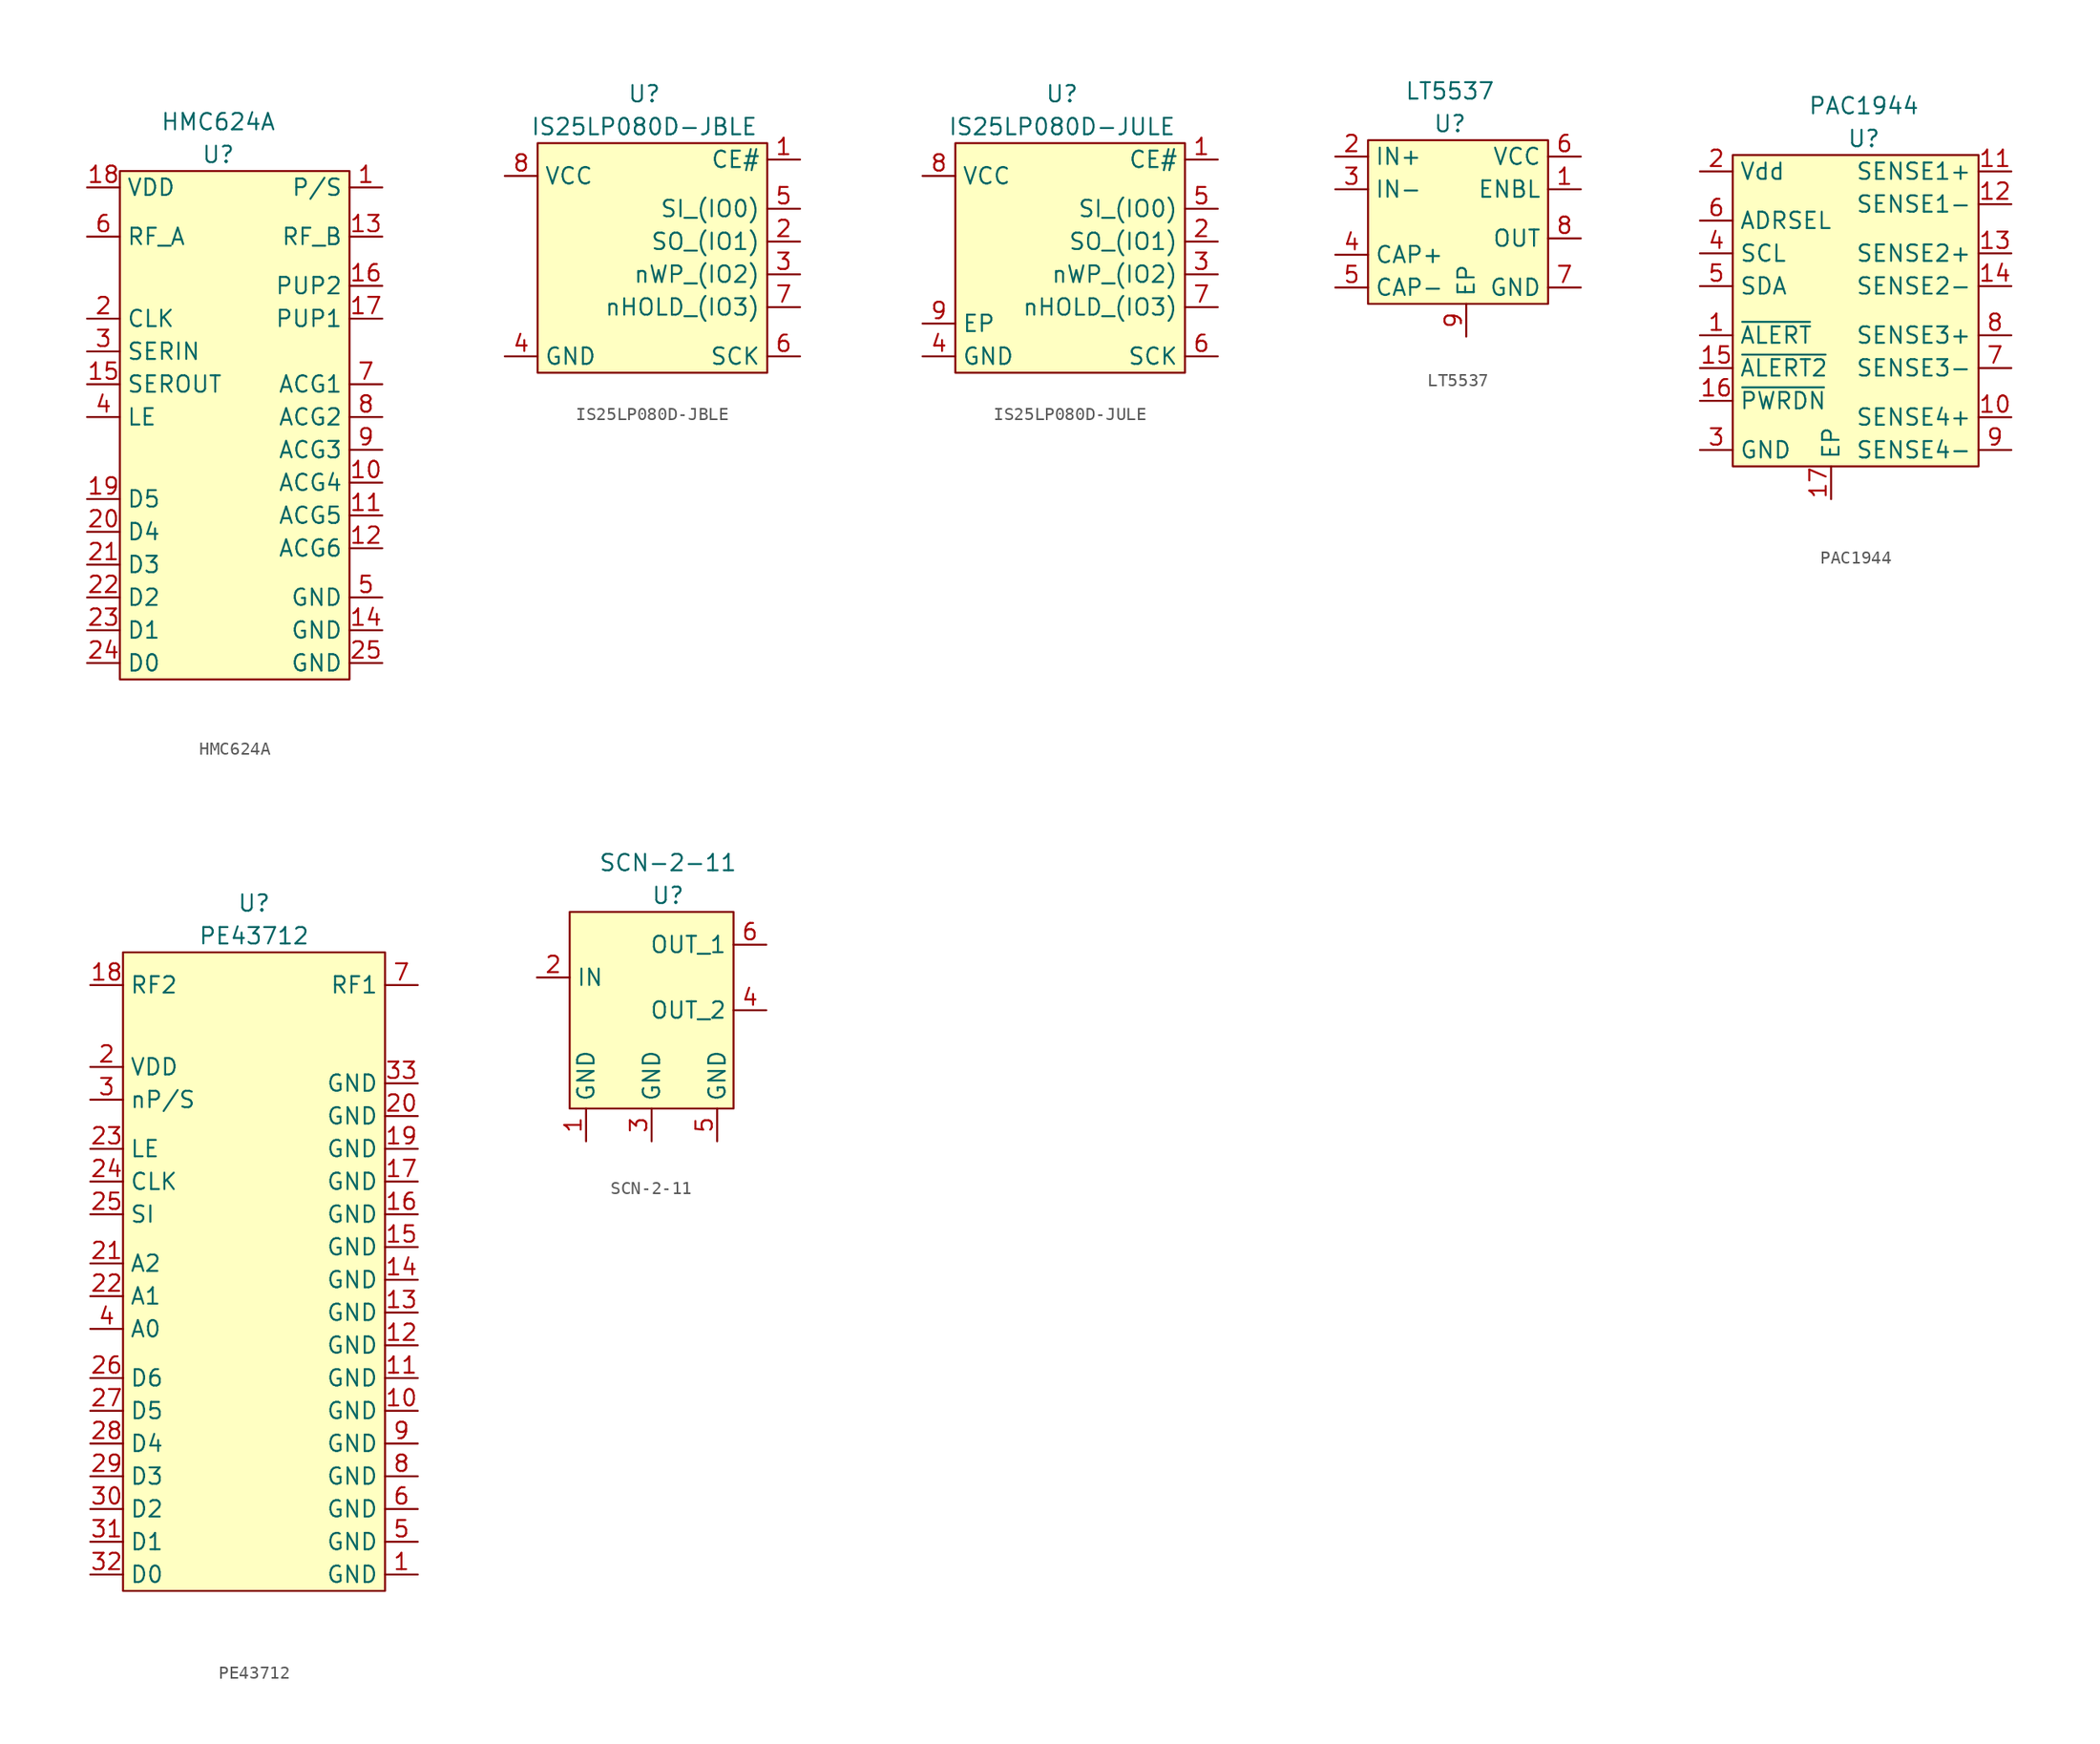
<source format=kicad_sym>
(kicad_symbol_lib
  (version 20220914)
  (generator kicad_symbol_editor)
  (symbol "HMC624A"
    (property "Reference" "U"
      (at 0 20.32 0)
      (effects (font (size 1.27 1.27))))
    (property "Value" "HMC624A"
      (at 0 22.86 0)
      (effects (font (size 1.27 1.27))))
    (symbol "HMC624A_0_1"
      (rectangle (start -7.62 19.05) (end 10.16 -20.32) (stroke (width 0) (type default)) (fill (type background))))
    (symbol "HMC624A_1_1"
      (pin input line (at 12.7 17.78 180) (length 2.54) (name "P/S" (effects (font (size 1.27 1.27)))) (number "1" (effects (font (size 1.27 1.27)))))
      (pin passive line (at 12.7 -5.08 180) (length 2.54) (name "ACG4" (effects (font (size 1.27 1.27)))) (number "10" (effects (font (size 1.27 1.27)))))
      (pin passive line (at 12.7 -7.62 180) (length 2.54) (name "ACG5" (effects (font (size 1.27 1.27)))) (number "11" (effects (font (size 1.27 1.27)))))
      (pin passive line (at 12.7 -10.16 180) (length 2.54) (name "ACG6" (effects (font (size 1.27 1.27)))) (number "12" (effects (font (size 1.27 1.27)))))
      (pin bidirectional line (at 12.7 13.97 180) (length 2.54) (name "RF_B" (effects (font (size 1.27 1.27)))) (number "13" (effects (font (size 1.27 1.27)))))
      (pin power_in line (at 12.7 -16.51 180) (length 2.54) (name "GND" (effects (font (size 1.27 1.27)))) (number "14" (effects (font (size 1.27 1.27)))))
      (pin output line (at -10.16 2.54 0) (length 2.54) (name "SEROUT" (effects (font (size 1.27 1.27)))) (number "15" (effects (font (size 1.27 1.27)))))
      (pin input line (at 12.7 10.16 180) (length 2.54) (name "PUP2" (effects (font (size 1.27 1.27)))) (number "16" (effects (font (size 1.27 1.27)))))
      (pin input line (at 12.7 7.62 180) (length 2.54) (name "PUP1" (effects (font (size 1.27 1.27)))) (number "17" (effects (font (size 1.27 1.27)))))
      (pin power_in line (at -10.16 17.78 0) (length 2.54) (name "VDD" (effects (font (size 1.27 1.27)))) (number "18" (effects (font (size 1.27 1.27)))))
      (pin input line (at -10.16 -6.35 0) (length 2.54) (name "D5" (effects (font (size 1.27 1.27)))) (number "19" (effects (font (size 1.27 1.27)))))
      (pin input line (at -10.16 7.62 0) (length 2.54) (name "CLK" (effects (font (size 1.27 1.27)))) (number "2" (effects (font (size 1.27 1.27)))))
      (pin input line (at -10.16 -8.89 0) (length 2.54) (name "D4" (effects (font (size 1.27 1.27)))) (number "20" (effects (font (size 1.27 1.27)))))
      (pin input line (at -10.16 -11.43 0) (length 2.54) (name "D3" (effects (font (size 1.27 1.27)))) (number "21" (effects (font (size 1.27 1.27)))))
      (pin input line (at -10.16 -13.97 0) (length 2.54) (name "D2" (effects (font (size 1.27 1.27)))) (number "22" (effects (font (size 1.27 1.27)))))
      (pin input line (at -10.16 -16.51 0) (length 2.54) (name "D1" (effects (font (size 1.27 1.27)))) (number "23" (effects (font (size 1.27 1.27)))))
      (pin input line (at -10.16 -19.05 0) (length 2.54) (name "D0" (effects (font (size 1.27 1.27)))) (number "24" (effects (font (size 1.27 1.27)))))
      (pin power_in line (at 12.7 -19.05 180) (length 2.54) (name "GND" (effects (font (size 1.27 1.27)))) (number "25" (effects (font (size 1.27 1.27)))))
      (pin input line (at -10.16 5.08 0) (length 2.54) (name "SERIN" (effects (font (size 1.27 1.27)))) (number "3" (effects (font (size 1.27 1.27)))))
      (pin input line (at -10.16 0 0) (length 2.54) (name "LE" (effects (font (size 1.27 1.27)))) (number "4" (effects (font (size 1.27 1.27)))))
      (pin power_in line (at 12.7 -13.97 180) (length 2.54) (name "GND" (effects (font (size 1.27 1.27)))) (number "5" (effects (font (size 1.27 1.27)))))
      (pin bidirectional line (at -10.16 13.97 0) (length 2.54) (name "RF_A" (effects (font (size 1.27 1.27)))) (number "6" (effects (font (size 1.27 1.27)))))
      (pin passive line (at 12.7 2.54 180) (length 2.54) (name "ACG1" (effects (font (size 1.27 1.27)))) (number "7" (effects (font (size 1.27 1.27)))))
      (pin passive line (at 12.7 0 180) (length 2.54) (name "ACG2" (effects (font (size 1.27 1.27)))) (number "8" (effects (font (size 1.27 1.27)))))
      (pin passive line (at 12.7 -2.54 180) (length 2.54) (name "ACG3" (effects (font (size 1.27 1.27)))) (number "9" (effects (font (size 1.27 1.27)))))))
  (symbol "IS25LP080D-JBLE"
    (property "Reference" "U"
      (at 0 12.7 0)
      (effects (font (size 1.27 1.27))))
    (property "Value" "IS25LP080D-JBLE"
      (at 0 10.16 0)
      (effects (font (size 1.27 1.27))))
    (symbol "IS25LP080D-JBLE_0_1"
      (rectangle (start -8.255 8.89) (end 9.525 -8.89) (stroke (width 0) (type default)) (fill (type background))))
    (symbol "IS25LP080D-JBLE_1_1"
      (pin input line (at 12.065 7.62 180) (length 2.54) (name "CE#" (effects (font (size 1.27 1.27)))) (number "1" (effects (font (size 1.27 1.27)))))
      (pin output line (at 12.065 1.27 180) (length 2.54) (name "SO_(IO1)" (effects (font (size 1.27 1.27)))) (number "2" (effects (font (size 1.27 1.27)))))
      (pin input line (at 12.065 -1.27 180) (length 2.54) (name "nWP_(IO2)" (effects (font (size 1.27 1.27)))) (number "3" (effects (font (size 1.27 1.27)))))
      (pin power_in line (at -10.795 -7.62 0) (length 2.54) (name "GND" (effects (font (size 1.27 1.27)))) (number "4" (effects (font (size 1.27 1.27)))))
      (pin input line (at 12.065 3.81 180) (length 2.54) (name "SI_(IO0)" (effects (font (size 1.27 1.27)))) (number "5" (effects (font (size 1.27 1.27)))))
      (pin input line (at 12.065 -7.62 180) (length 2.54) (name "SCK" (effects (font (size 1.27 1.27)))) (number "6" (effects (font (size 1.27 1.27)))))
      (pin input line (at 12.065 -3.81 180) (length 2.54) (name "nHOLD_(IO3)" (effects (font (size 1.27 1.27)))) (number "7" (effects (font (size 1.27 1.27)))))
      (pin power_in line (at -10.795 6.35 0) (length 2.54) (name "VCC" (effects (font (size 1.27 1.27)))) (number "8" (effects (font (size 1.27 1.27)))))
      (pin power_in line (at -10.795 -7.62 0) (length 2.54) hide (name "EP" (effects (font (size 1.27 1.27)))) (number "9" (effects (font (size 1.27 1.27)))))))
  (symbol "IS25LP080D-JULE"
    (property "Reference" "U"
      (at 0 12.7 0)
      (effects (font (size 1.27 1.27))))
    (property "Value" "IS25LP080D-JULE"
      (at 0 10.16 0)
      (effects (font (size 1.27 1.27))))
    (symbol "IS25LP080D-JULE_0_1"
      (rectangle (start -8.255 8.89) (end 9.525 -8.89) (stroke (width 0) (type default)) (fill (type background))))
    (symbol "IS25LP080D-JULE_1_1"
      (pin input line (at 12.065 7.62 180) (length 2.54) (name "CE#" (effects (font (size 1.27 1.27)))) (number "1" (effects (font (size 1.27 1.27)))))
      (pin output line (at 12.065 1.27 180) (length 2.54) (name "SO_(IO1)" (effects (font (size 1.27 1.27)))) (number "2" (effects (font (size 1.27 1.27)))))
      (pin input line (at 12.065 -1.27 180) (length 2.54) (name "nWP_(IO2)" (effects (font (size 1.27 1.27)))) (number "3" (effects (font (size 1.27 1.27)))))
      (pin power_in line (at -10.795 -7.62 0) (length 2.54) (name "GND" (effects (font (size 1.27 1.27)))) (number "4" (effects (font (size 1.27 1.27)))))
      (pin input line (at 12.065 3.81 180) (length 2.54) (name "SI_(IO0)" (effects (font (size 1.27 1.27)))) (number "5" (effects (font (size 1.27 1.27)))))
      (pin input line (at 12.065 -7.62 180) (length 2.54) (name "SCK" (effects (font (size 1.27 1.27)))) (number "6" (effects (font (size 1.27 1.27)))))
      (pin input line (at 12.065 -3.81 180) (length 2.54) (name "nHOLD_(IO3)" (effects (font (size 1.27 1.27)))) (number "7" (effects (font (size 1.27 1.27)))))
      (pin power_in line (at -10.795 6.35 0) (length 2.54) (name "VCC" (effects (font (size 1.27 1.27)))) (number "8" (effects (font (size 1.27 1.27)))))
      (pin power_in line (at -10.795 -5.08 0) (length 2.54) (name "EP" (effects (font (size 1.27 1.27)))) (number "9" (effects (font (size 1.27 1.27)))))))
  (symbol "LT5537"
    (property "Reference" "U"
      (at 0 7.62 0)
      (effects (font (size 1.27 1.27))))
    (property "Value" "LT5537"
      (at 0 10.16 0)
      (effects (font (size 1.27 1.27))))
    (symbol "LT5537_0_1"
      (rectangle (start -6.35 6.35) (end 7.62 -6.35) (stroke (width 0) (type default)) (fill (type background))))
    (symbol "LT5537_1_1"
      (pin input line (at 10.16 2.54 180) (length 2.54) (name "ENBL" (effects (font (size 1.27 1.27)))) (number "1" (effects (font (size 1.27 1.27)))))
      (pin input line (at -8.89 5.08 0) (length 2.54) (name "IN+" (effects (font (size 1.27 1.27)))) (number "2" (effects (font (size 1.27 1.27)))))
      (pin input line (at -8.89 2.54 0) (length 2.54) (name "IN-" (effects (font (size 1.27 1.27)))) (number "3" (effects (font (size 1.27 1.27)))))
      (pin input line (at -8.89 -2.54 0) (length 2.54) (name "CAP+" (effects (font (size 1.27 1.27)))) (number "4" (effects (font (size 1.27 1.27)))))
      (pin input line (at -8.89 -5.08 0) (length 2.54) (name "CAP-" (effects (font (size 1.27 1.27)))) (number "5" (effects (font (size 1.27 1.27)))))
      (pin power_in line (at 10.16 5.08 180) (length 2.54) (name "VCC" (effects (font (size 1.27 1.27)))) (number "6" (effects (font (size 1.27 1.27)))))
      (pin power_in line (at 10.16 -5.08 180) (length 2.54) (name "GND" (effects (font (size 1.27 1.27)))) (number "7" (effects (font (size 1.27 1.27)))))
      (pin output line (at 10.16 -1.27 180) (length 2.54) (name "OUT" (effects (font (size 1.27 1.27)))) (number "8" (effects (font (size 1.27 1.27)))))
      (pin power_in line (at 1.27 -8.89 90) (length 2.54) (name "EP" (effects (font (size 1.27 1.27)))) (number "9" (effects (font (size 1.27 1.27)))))))
  (symbol "PAC1944"
    (property "Reference" "U"
      (at 0 12.7 0)
      (effects (font (size 1.27 1.27))))
    (property "Value" "PAC1944"
      (at 0 15.24 0)
      (effects (font (size 1.27 1.27))))
    (symbol "PAC1944_0_1"
      (rectangle (start -10.16 11.43) (end 8.89 -12.7) (stroke (width 0) (type default)) (fill (type background))))
    (symbol "PAC1944_1_1"
      (pin output line (at -12.7 -2.54 0) (length 2.54) (name "~{ALERT}" (effects (font (size 1.27 1.27)))) (number "1" (effects (font (size 1.27 1.27)))))
      (pin input line (at 11.43 -8.89 180) (length 2.54) (name "SENSE4+" (effects (font (size 1.27 1.27)))) (number "10" (effects (font (size 1.27 1.27)))))
      (pin input line (at 11.43 10.16 180) (length 2.54) (name "SENSE1+" (effects (font (size 1.27 1.27)))) (number "11" (effects (font (size 1.27 1.27)))))
      (pin input line (at 11.43 7.62 180) (length 2.54) (name "SENSE1-" (effects (font (size 1.27 1.27)))) (number "12" (effects (font (size 1.27 1.27)))))
      (pin input line (at 11.43 3.81 180) (length 2.54) (name "SENSE2+" (effects (font (size 1.27 1.27)))) (number "13" (effects (font (size 1.27 1.27)))))
      (pin input line (at 11.43 1.27 180) (length 2.54) (name "SENSE2-" (effects (font (size 1.27 1.27)))) (number "14" (effects (font (size 1.27 1.27)))))
      (pin output line (at -12.7 -5.08 0) (length 2.54) (name "~{ALERT2}" (effects (font (size 1.27 1.27)))) (number "15" (effects (font (size 1.27 1.27)))))
      (pin output line (at -12.7 -7.62 0) (length 2.54) (name "~{PWRDN}" (effects (font (size 1.27 1.27)))) (number "16" (effects (font (size 1.27 1.27)))))
      (pin power_in line (at -2.54 -15.24 90) (length 2.54) (name "EP" (effects (font (size 1.27 1.27)))) (number "17" (effects (font (size 1.27 1.27)))))
      (pin power_in line (at -12.7 10.16 0) (length 2.54) (name "Vdd" (effects (font (size 1.27 1.27)))) (number "2" (effects (font (size 1.27 1.27)))))
      (pin power_in line (at -12.7 -11.43 0) (length 2.54) (name "GND" (effects (font (size 1.27 1.27)))) (number "3" (effects (font (size 1.27 1.27)))))
      (pin input line (at -12.7 3.81 0) (length 2.54) (name "SCL" (effects (font (size 1.27 1.27)))) (number "4" (effects (font (size 1.27 1.27)))))
      (pin bidirectional line (at -12.7 1.27 0) (length 2.54) (name "SDA" (effects (font (size 1.27 1.27)))) (number "5" (effects (font (size 1.27 1.27)))))
      (pin input line (at -12.7 6.35 0) (length 2.54) (name "ADRSEL" (effects (font (size 1.27 1.27)))) (number "6" (effects (font (size 1.27 1.27)))))
      (pin input line (at 11.43 -5.08 180) (length 2.54) (name "SENSE3-" (effects (font (size 1.27 1.27)))) (number "7" (effects (font (size 1.27 1.27)))))
      (pin input line (at 11.43 -2.54 180) (length 2.54) (name "SENSE3+" (effects (font (size 1.27 1.27)))) (number "8" (effects (font (size 1.27 1.27)))))
      (pin input line (at 11.43 -11.43 180) (length 2.54) (name "SENSE4-" (effects (font (size 1.27 1.27)))) (number "9" (effects (font (size 1.27 1.27)))))))
  (symbol "PE43712"
    (property "Reference" "U"
      (at 0 27.94 0)
      (effects (font (size 1.27 1.27))))
    (property "Value" "PE43712"
      (at 0 25.4 0)
      (effects (font (size 1.27 1.27))))
    (symbol "PE43712_0_1"
      (rectangle (start -10.16 24.13) (end 10.16 -25.4) (stroke (width 0) (type default)) (fill (type background))))
    (symbol "PE43712_1_1"
      (pin power_in line (at 12.7 -24.13 180) (length 2.54) (name "GND" (effects (font (size 1.27 1.27)))) (number "1" (effects (font (size 1.27 1.27)))))
      (pin power_in line (at 12.7 -11.43 180) (length 2.54) (name "GND" (effects (font (size 1.27 1.27)))) (number "10" (effects (font (size 1.27 1.27)))))
      (pin power_in line (at 12.7 -8.89 180) (length 2.54) (name "GND" (effects (font (size 1.27 1.27)))) (number "11" (effects (font (size 1.27 1.27)))))
      (pin power_in line (at 12.7 -6.35 180) (length 2.54) (name "GND" (effects (font (size 1.27 1.27)))) (number "12" (effects (font (size 1.27 1.27)))))
      (pin power_in line (at 12.7 -3.81 180) (length 2.54) (name "GND" (effects (font (size 1.27 1.27)))) (number "13" (effects (font (size 1.27 1.27)))))
      (pin power_in line (at 12.7 -1.27 180) (length 2.54) (name "GND" (effects (font (size 1.27 1.27)))) (number "14" (effects (font (size 1.27 1.27)))))
      (pin power_in line (at 12.7 1.27 180) (length 2.54) (name "GND" (effects (font (size 1.27 1.27)))) (number "15" (effects (font (size 1.27 1.27)))))
      (pin power_in line (at 12.7 3.81 180) (length 2.54) (name "GND" (effects (font (size 1.27 1.27)))) (number "16" (effects (font (size 1.27 1.27)))))
      (pin power_in line (at 12.7 6.35 180) (length 2.54) (name "GND" (effects (font (size 1.27 1.27)))) (number "17" (effects (font (size 1.27 1.27)))))
      (pin bidirectional line (at -12.7 21.59 0) (length 2.54) (name "RF2" (effects (font (size 1.27 1.27)))) (number "18" (effects (font (size 1.27 1.27)))))
      (pin power_in line (at 12.7 8.89 180) (length 2.54) (name "GND" (effects (font (size 1.27 1.27)))) (number "19" (effects (font (size 1.27 1.27)))))
      (pin power_in line (at -12.7 15.24 0) (length 2.54) (name "VDD" (effects (font (size 1.27 1.27)))) (number "2" (effects (font (size 1.27 1.27)))))
      (pin power_in line (at 12.7 11.43 180) (length 2.54) (name "GND" (effects (font (size 1.27 1.27)))) (number "20" (effects (font (size 1.27 1.27)))))
      (pin input line (at -12.7 0 0) (length 2.54) (name "A2" (effects (font (size 1.27 1.27)))) (number "21" (effects (font (size 1.27 1.27)))))
      (pin input line (at -12.7 -2.54 0) (length 2.54) (name "A1" (effects (font (size 1.27 1.27)))) (number "22" (effects (font (size 1.27 1.27)))))
      (pin input line (at -12.7 8.89 0) (length 2.54) (name "LE" (effects (font (size 1.27 1.27)))) (number "23" (effects (font (size 1.27 1.27)))))
      (pin input line (at -12.7 6.35 0) (length 2.54) (name "CLK" (effects (font (size 1.27 1.27)))) (number "24" (effects (font (size 1.27 1.27)))))
      (pin input line (at -12.7 3.81 0) (length 2.54) (name "SI" (effects (font (size 1.27 1.27)))) (number "25" (effects (font (size 1.27 1.27)))))
      (pin input line (at -12.7 -8.89 0) (length 2.54) (name "D6" (effects (font (size 1.27 1.27)))) (number "26" (effects (font (size 1.27 1.27)))))
      (pin input line (at -12.7 -11.43 0) (length 2.54) (name "D5" (effects (font (size 1.27 1.27)))) (number "27" (effects (font (size 1.27 1.27)))))
      (pin input line (at -12.7 -13.97 0) (length 2.54) (name "D4" (effects (font (size 1.27 1.27)))) (number "28" (effects (font (size 1.27 1.27)))))
      (pin input line (at -12.7 -16.51 0) (length 2.54) (name "D3" (effects (font (size 1.27 1.27)))) (number "29" (effects (font (size 1.27 1.27)))))
      (pin input line (at -12.7 12.7 0) (length 2.54) (name "nP/S" (effects (font (size 1.27 1.27)))) (number "3" (effects (font (size 1.27 1.27)))))
      (pin input line (at -12.7 -19.05 0) (length 2.54) (name "D2" (effects (font (size 1.27 1.27)))) (number "30" (effects (font (size 1.27 1.27)))))
      (pin input line (at -12.7 -21.59 0) (length 2.54) (name "D1" (effects (font (size 1.27 1.27)))) (number "31" (effects (font (size 1.27 1.27)))))
      (pin input line (at -12.7 -24.13 0) (length 2.54) (name "D0" (effects (font (size 1.27 1.27)))) (number "32" (effects (font (size 1.27 1.27)))))
      (pin power_in line (at 12.7 13.97 180) (length 2.54) (name "GND" (effects (font (size 1.27 1.27)))) (number "33" (effects (font (size 1.27 1.27)))))
      (pin input line (at -12.7 -5.08 0) (length 2.54) (name "A0" (effects (font (size 1.27 1.27)))) (number "4" (effects (font (size 1.27 1.27)))))
      (pin power_in line (at 12.7 -21.59 180) (length 2.54) (name "GND" (effects (font (size 1.27 1.27)))) (number "5" (effects (font (size 1.27 1.27)))))
      (pin power_in line (at 12.7 -19.05 180) (length 2.54) (name "GND" (effects (font (size 1.27 1.27)))) (number "6" (effects (font (size 1.27 1.27)))))
      (pin bidirectional line (at 12.7 21.59 180) (length 2.54) (name "RF1" (effects (font (size 1.27 1.27)))) (number "7" (effects (font (size 1.27 1.27)))))
      (pin power_in line (at 12.7 -16.51 180) (length 2.54) (name "GND" (effects (font (size 1.27 1.27)))) (number "8" (effects (font (size 1.27 1.27)))))
      (pin power_in line (at 12.7 -13.97 180) (length 2.54) (name "GND" (effects (font (size 1.27 1.27)))) (number "9" (effects (font (size 1.27 1.27)))))))
  (symbol "SCN-2-11"
    (property "Reference" "U"
      (at 0 6.35 0)
      (effects (font (size 1.27 1.27))))
    (property "Value" "SCN-2-11"
      (at 0 8.89 0)
      (effects (font (size 1.27 1.27))))
    (symbol "SCN-2-11_0_1"
      (rectangle (start -7.62 5.08) (end 5.08 -10.16) (stroke (width 0) (type default)) (fill (type background))))
    (symbol "SCN-2-11_1_1"
      (pin input line (at -6.35 -12.7 90) (length 2.54) (name "GND" (effects (font (size 1.27 1.27)))) (number "1" (effects (font (size 1.27 1.27)))))
      (pin input line (at -10.16 0 0) (length 2.54) (name "IN" (effects (font (size 1.27 1.27)))) (number "2" (effects (font (size 1.27 1.27)))))
      (pin input line (at -1.27 -12.7 90) (length 2.54) (name "GND" (effects (font (size 1.27 1.27)))) (number "3" (effects (font (size 1.27 1.27)))))
      (pin input line (at 7.62 -2.54 180) (length 2.54) (name "OUT_2" (effects (font (size 1.27 1.27)))) (number "4" (effects (font (size 1.27 1.27)))))
      (pin input line (at 3.81 -12.7 90) (length 2.54) (name "GND" (effects (font (size 1.27 1.27)))) (number "5" (effects (font (size 1.27 1.27)))))
      (pin input line (at 7.62 2.54 180) (length 2.54) (name "OUT_1" (effects (font (size 1.27 1.27)))) (number "6" (effects (font (size 1.27 1.27))))))))
</source>
